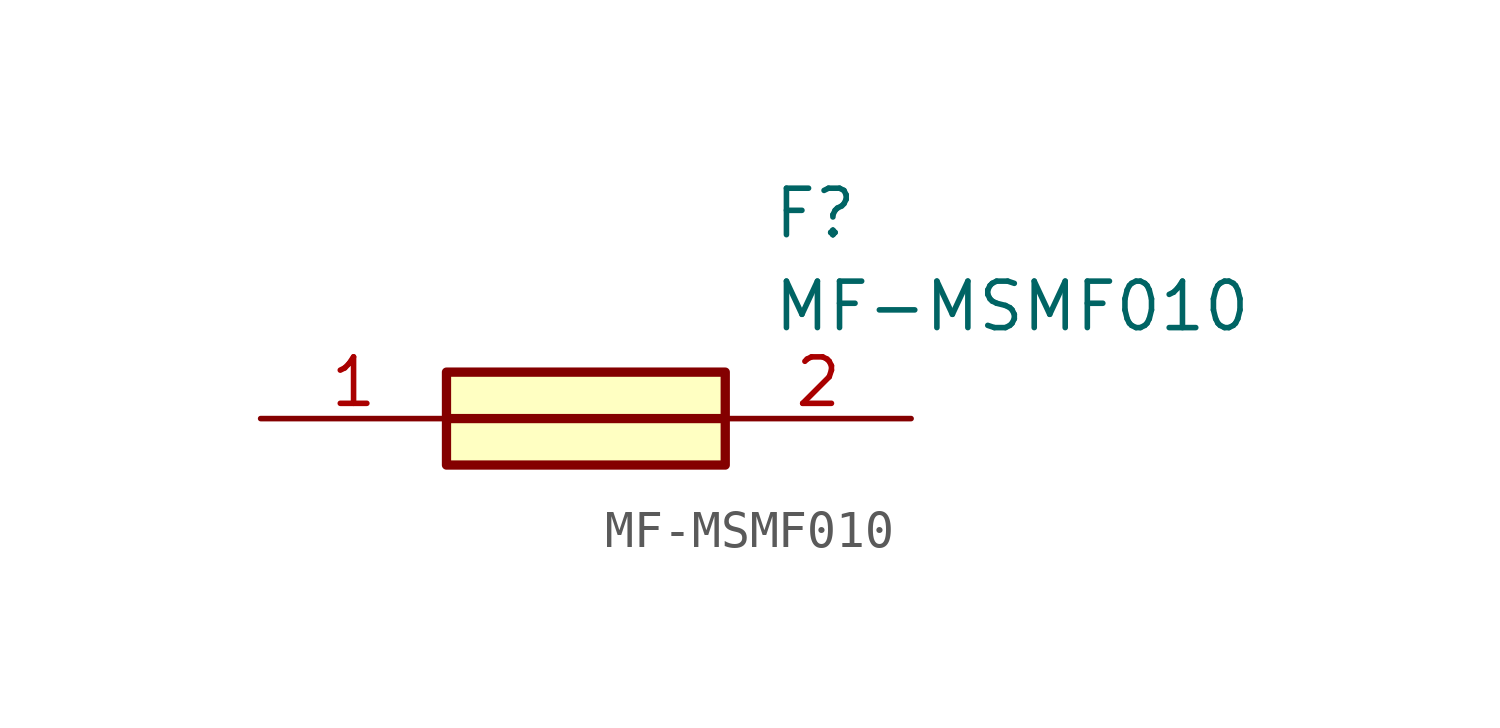
<source format=kicad_sym>
(kicad_symbol_lib
  (version 20211014)
  (generator SamacSys_ECAD_Model)
  (symbol "MF-MSMF010"
    (pin_names hide)
    (property "Reference" "F"
      (at 13.97 6.35 0)
      (effects (font (size 1.27 1.27)) (justify left top)))
    (property "Value" "MF-MSMF010"
      (at 13.97 3.81 0)
      (effects (font (size 1.27 1.27)) (justify left top)))
    (rectangle
      (start 5.08 1.27)
      (end 12.7 -1.27)
      (stroke (width 0.254) (type default))
      (fill (type background)))
    (polyline
      (pts (xy 5.08 0) (xy 12.7 0))
      (stroke (width 0.254) (type default))
      (fill (type none)))
    (pin passive line
      (at 0 0 0)
      (length 5.08)
      (name "1" (effects (font (size 1.27 1.27))))
      (number "1" (effects (font (size 1.27 1.27)))))
    (pin passive line
      (at 17.78 0 180)
      (length 5.08)
      (name "2" (effects (font (size 1.27 1.27))))
      (number "2" (effects (font (size 1.27 1.27)))))))
</source>
